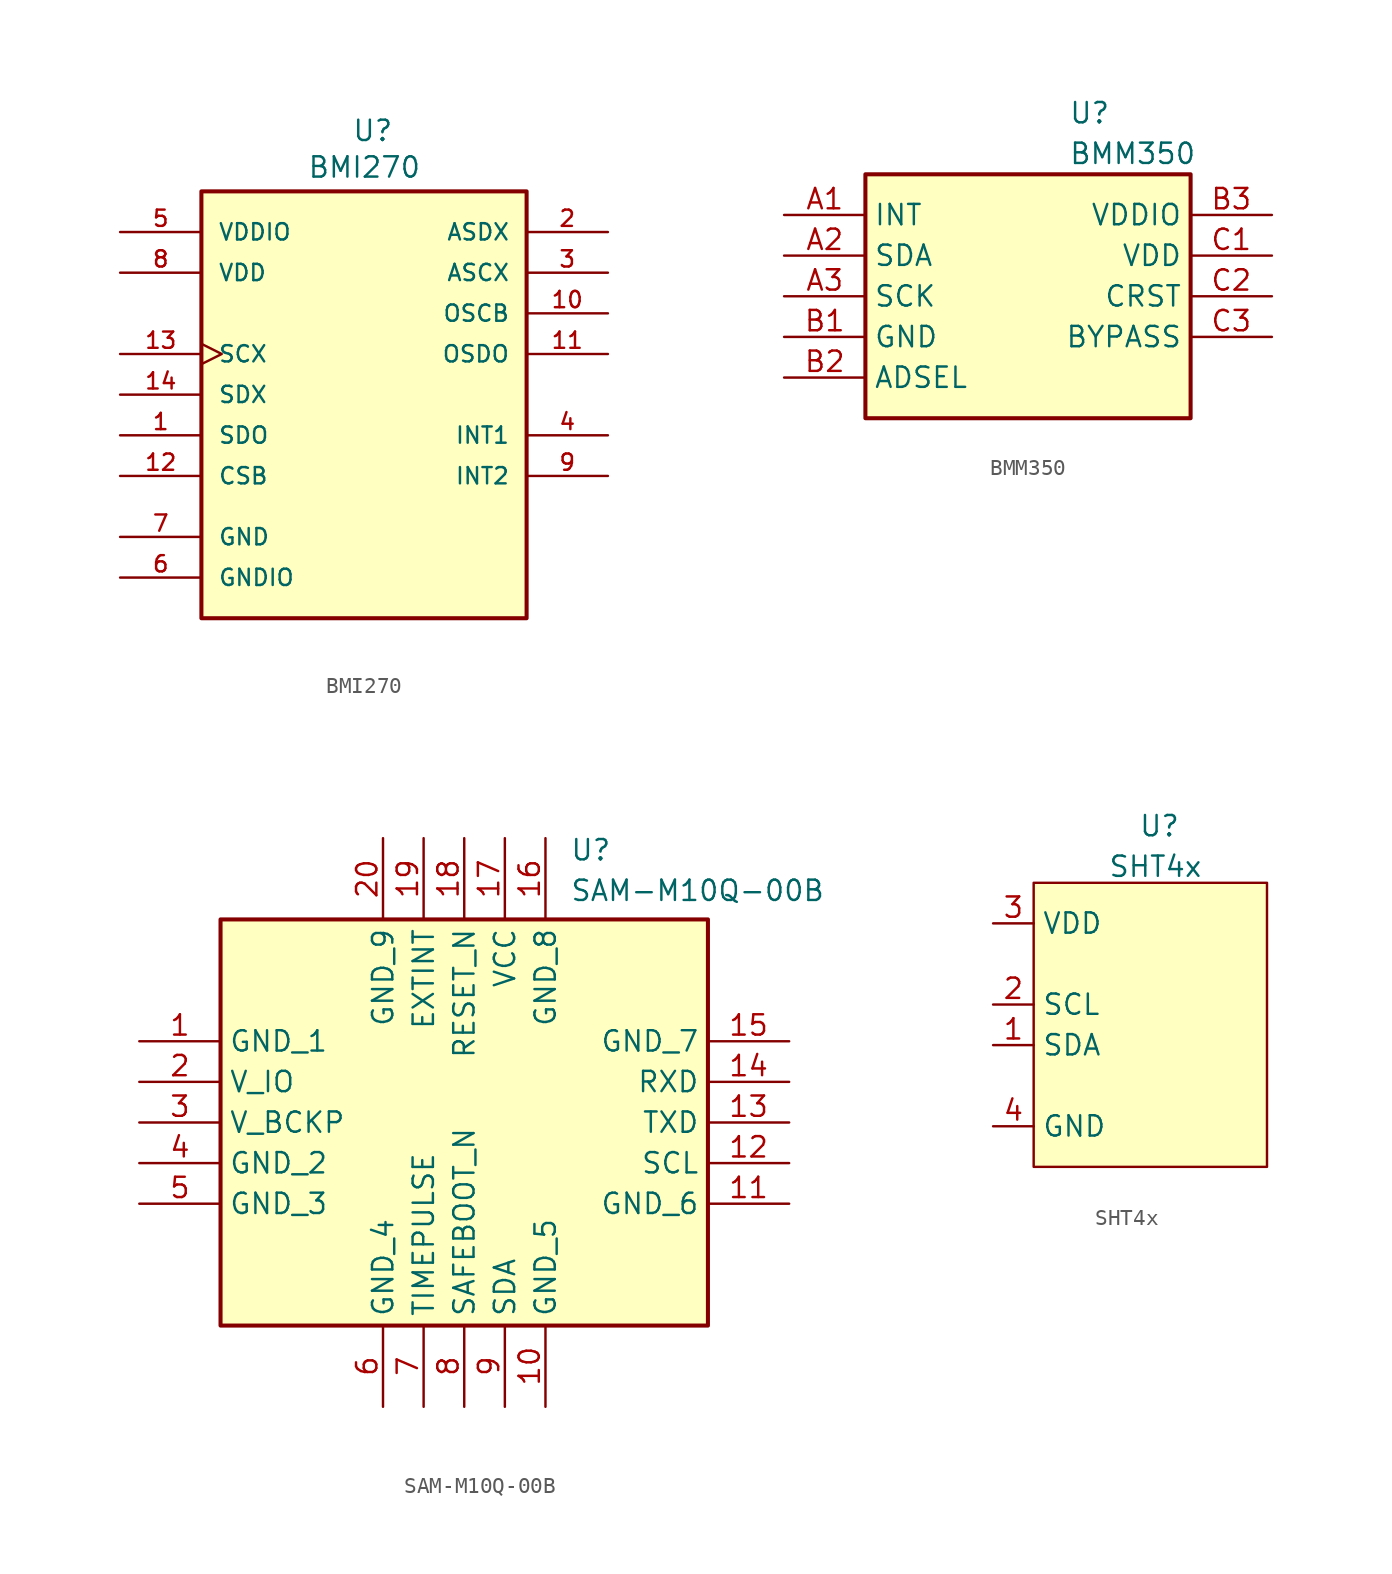
<source format=kicad_sym>
(kicad_symbol_lib
  (version 20241209)
  (generator "kicad_symbol_editor")
  (generator_version "9.0")
  (symbol "BMI270"
    (pin_names
      (offset 1.016))
    (property "Reference" "U"
      (at -0.762 3.048 0)
      (effects (font (size 1.27 1.27)) (justify left bottom)))
    (property "Value" "BMI270"
      (at -3.556 0.762 0)
      (effects (font (size 1.27 1.27)) (justify left bottom)))
    (symbol "BMI270_0_0"
      (rectangle (start -10.16 0) (end 10.16 -26.67) (stroke (width 0.254) (type default)) (fill (type background)))
      (pin power_in line (at -15.24 -2.54 0) (length 5.08) (name "VDDIO" (effects (font (size 1.016 1.016)))) (number "5" (effects (font (size 1.016 1.016)))))
      (pin power_in line (at -15.24 -5.08 0) (length 5.08) (name "VDD" (effects (font (size 1.016 1.016)))) (number "8" (effects (font (size 1.016 1.016)))))
      (pin input clock (at -15.24 -10.16 0) (length 5.08) (name "SCX" (effects (font (size 1.016 1.016)))) (number "13" (effects (font (size 1.016 1.016)))))
      (pin bidirectional line (at -15.24 -12.7 0) (length 5.08) (name "SDX" (effects (font (size 1.016 1.016)))) (number "14" (effects (font (size 1.016 1.016)))))
      (pin bidirectional line (at -15.24 -15.24 0) (length 5.08) (name "SDO" (effects (font (size 1.016 1.016)))) (number "1" (effects (font (size 1.016 1.016)))))
      (pin input line (at -15.24 -17.78 0) (length 5.08) (name "CSB" (effects (font (size 1.016 1.016)))) (number "12" (effects (font (size 1.016 1.016)))))
      (pin power_in line (at -15.24 -21.59 0) (length 5.08) (name "GND" (effects (font (size 1.016 1.016)))) (number "7" (effects (font (size 1.016 1.016)))))
      (pin power_in line (at -15.24 -24.13 0) (length 5.08) (name "GNDIO" (effects (font (size 1.016 1.016)))) (number "6" (effects (font (size 1.016 1.016)))))
      (pin bidirectional line (at 15.24 -2.54 180) (length 5.08) (name "ASDX" (effects (font (size 1.016 1.016)))) (number "2" (effects (font (size 1.016 1.016)))))
      (pin bidirectional line (at 15.24 -5.08 180) (length 5.08) (name "ASCX" (effects (font (size 1.016 1.016)))) (number "3" (effects (font (size 1.016 1.016)))))
      (pin input line (at 15.24 -7.62 180) (length 5.08) (name "OSCB" (effects (font (size 1.016 1.016)))) (number "10" (effects (font (size 1.016 1.016)))))
      (pin output line (at 15.24 -10.16 180) (length 5.08) (name "OSDO" (effects (font (size 1.016 1.016)))) (number "11" (effects (font (size 1.016 1.016)))))
      (pin bidirectional line (at 15.24 -15.24 180) (length 5.08) (name "INT1" (effects (font (size 1.016 1.016)))) (number "4" (effects (font (size 1.016 1.016)))))
      (pin bidirectional line (at 15.24 -17.78 180) (length 5.08) (name "INT2" (effects (font (size 1.016 1.016)))) (number "9" (effects (font (size 1.016 1.016)))))))
  (symbol "BMM350"
    (property "Reference" "U"
      (at 2.54 12.192 0)
      (effects (font (size 1.27 1.27)) (justify left top)))
    (property "Value" "BMM350"
      (at 2.54 9.652 0)
      (effects (font (size 1.27 1.27)) (justify left top)))
    (symbol "BMM350_1_1"
      (rectangle (start -10.16 7.62) (end 10.16 -7.62) (stroke (width 0.254) (type default)) (fill (type background)))
      (pin output line (at -15.24 5.08 0) (length 5.08) (name "INT" (effects (font (size 1.27 1.27)))) (number "A1" (effects (font (size 1.27 1.27)))))
      (pin bidirectional line (at -15.24 2.54 0) (length 5.08) (name "SDA" (effects (font (size 1.27 1.27)))) (number "A2" (effects (font (size 1.27 1.27)))))
      (pin input line (at -15.24 0 0) (length 5.08) (name "SCK" (effects (font (size 1.27 1.27)))) (number "A3" (effects (font (size 1.27 1.27)))))
      (pin power_in line (at -15.24 -2.54 0) (length 5.08) (name "GND" (effects (font (size 1.27 1.27)))) (number "B1" (effects (font (size 1.27 1.27)))))
      (pin input line (at -15.24 -5.08 0) (length 5.08) (name "ADSEL" (effects (font (size 1.27 1.27)))) (number "B2" (effects (font (size 1.27 1.27)))))
      (pin power_in line (at 15.24 5.08 180) (length 5.08) (name "VDDIO" (effects (font (size 1.27 1.27)))) (number "B3" (effects (font (size 1.27 1.27)))))
      (pin power_in line (at 15.24 2.54 180) (length 5.08) (name "VDD" (effects (font (size 1.27 1.27)))) (number "C1" (effects (font (size 1.27 1.27)))))
      (pin passive line (at 15.24 0 180) (length 5.08) (name "CRST" (effects (font (size 1.27 1.27)))) (number "C2" (effects (font (size 1.27 1.27)))))
      (pin passive line (at 15.24 -2.54 180) (length 5.08) (name "BYPASS" (effects (font (size 1.27 1.27)))) (number "C3" (effects (font (size 1.27 1.27)))))))
  (symbol "SAM-M10Q-00B"
    (property "Reference" "U"
      (at 6.604 17.78 0)
      (effects (font (size 1.27 1.27)) (justify left top)))
    (property "Value" "SAM-M10Q-00B"
      (at 6.604 15.24 0)
      (effects (font (size 1.27 1.27)) (justify left top)))
    (symbol "SAM-M10Q-00B_1_1"
      (rectangle (start -15.24 12.7) (end 15.24 -12.7) (stroke (width 0.254) (type default)) (fill (type background)))
      (pin power_in line (at -20.32 5.08 0) (length 5.08) (name "GND_1" (effects (font (size 1.27 1.27)))) (number "1" (effects (font (size 1.27 1.27)))))
      (pin power_in line (at -20.32 2.54 0) (length 5.08) (name "V_IO" (effects (font (size 1.27 1.27)))) (number "2" (effects (font (size 1.27 1.27)))))
      (pin power_in line (at -20.32 0 0) (length 5.08) (name "V_BCKP" (effects (font (size 1.27 1.27)))) (number "3" (effects (font (size 1.27 1.27)))))
      (pin power_in line (at -20.32 -2.54 0) (length 5.08) (name "GND_2" (effects (font (size 1.27 1.27)))) (number "4" (effects (font (size 1.27 1.27)))))
      (pin power_in line (at -20.32 -5.08 0) (length 5.08) (name "GND_3" (effects (font (size 1.27 1.27)))) (number "5" (effects (font (size 1.27 1.27)))))
      (pin power_in line (at -5.08 17.78 270) (length 5.08) (name "GND_9" (effects (font (size 1.27 1.27)))) (number "20" (effects (font (size 1.27 1.27)))))
      (pin power_in line (at -5.08 -17.78 90) (length 5.08) (name "GND_4" (effects (font (size 1.27 1.27)))) (number "6" (effects (font (size 1.27 1.27)))))
      (pin output line (at -2.54 17.78 270) (length 5.08) (name "EXTINT" (effects (font (size 1.27 1.27)))) (number "19" (effects (font (size 1.27 1.27)))))
      (pin output line (at -2.54 -17.78 90) (length 5.08) (name "TIMEPULSE" (effects (font (size 1.27 1.27)))) (number "7" (effects (font (size 1.27 1.27)))))
      (pin input line (at 0 17.78 270) (length 5.08) (name "RESET_N" (effects (font (size 1.27 1.27)))) (number "18" (effects (font (size 1.27 1.27)))))
      (pin input line (at 0 -17.78 90) (length 5.08) (name "SAFEBOOT_N" (effects (font (size 1.27 1.27)))) (number "8" (effects (font (size 1.27 1.27)))))
      (pin power_in line (at 2.54 17.78 270) (length 5.08) (name "VCC" (effects (font (size 1.27 1.27)))) (number "17" (effects (font (size 1.27 1.27)))))
      (pin passive line (at 2.54 -17.78 90) (length 5.08) (name "SDA" (effects (font (size 1.27 1.27)))) (number "9" (effects (font (size 1.27 1.27)))))
      (pin power_in line (at 5.08 17.78 270) (length 5.08) (name "GND_8" (effects (font (size 1.27 1.27)))) (number "16" (effects (font (size 1.27 1.27)))))
      (pin power_in line (at 5.08 -17.78 90) (length 5.08) (name "GND_5" (effects (font (size 1.27 1.27)))) (number "10" (effects (font (size 1.27 1.27)))))
      (pin power_in line (at 20.32 5.08 180) (length 5.08) (name "GND_7" (effects (font (size 1.27 1.27)))) (number "15" (effects (font (size 1.27 1.27)))))
      (pin passive line (at 20.32 2.54 180) (length 5.08) (name "RXD" (effects (font (size 1.27 1.27)))) (number "14" (effects (font (size 1.27 1.27)))))
      (pin passive line (at 20.32 0 180) (length 5.08) (name "TXD" (effects (font (size 1.27 1.27)))) (number "13" (effects (font (size 1.27 1.27)))))
      (pin input line (at 20.32 -2.54 180) (length 5.08) (name "SCL" (effects (font (size 1.27 1.27)))) (number "12" (effects (font (size 1.27 1.27)))))
      (pin power_in line (at 20.32 -5.08 180) (length 5.08) (name "GND_6" (effects (font (size 1.27 1.27)))) (number "11" (effects (font (size 1.27 1.27)))))))
  (symbol "SHT4x"
    (property "Reference" "U"
      (at 0.254 3.556 0)
      (effects (font (size 1.27 1.27))))
    (property "Value" "SHT4x"
      (at 0 1.016 0)
      (effects (font (size 1.27 1.27))))
    (symbol "SHT4x_1_1"
      (rectangle (start -7.62 0) (end 6.985 -17.78) (stroke (width 0) (type default)) (fill (type background)))
      (pin power_in line (at -10.16 -2.54 0) (length 2.54) (name "VDD" (effects (font (size 1.27 1.27)))) (number "3" (effects (font (size 1.27 1.27)))))
      (pin bidirectional line (at -10.16 -7.62 0) (length 2.54) (name "SCL" (effects (font (size 1.27 1.27)))) (number "2" (effects (font (size 1.27 1.27)))))
      (pin bidirectional line (at -10.16 -10.16 0) (length 2.54) (name "SDA" (effects (font (size 1.27 1.27)))) (number "1" (effects (font (size 1.27 1.27)))))
      (pin power_in line (at -10.16 -15.24 0) (length 2.54) (name "GND" (effects (font (size 1.27 1.27)))) (number "4" (effects (font (size 1.27 1.27))))))))
</source>
